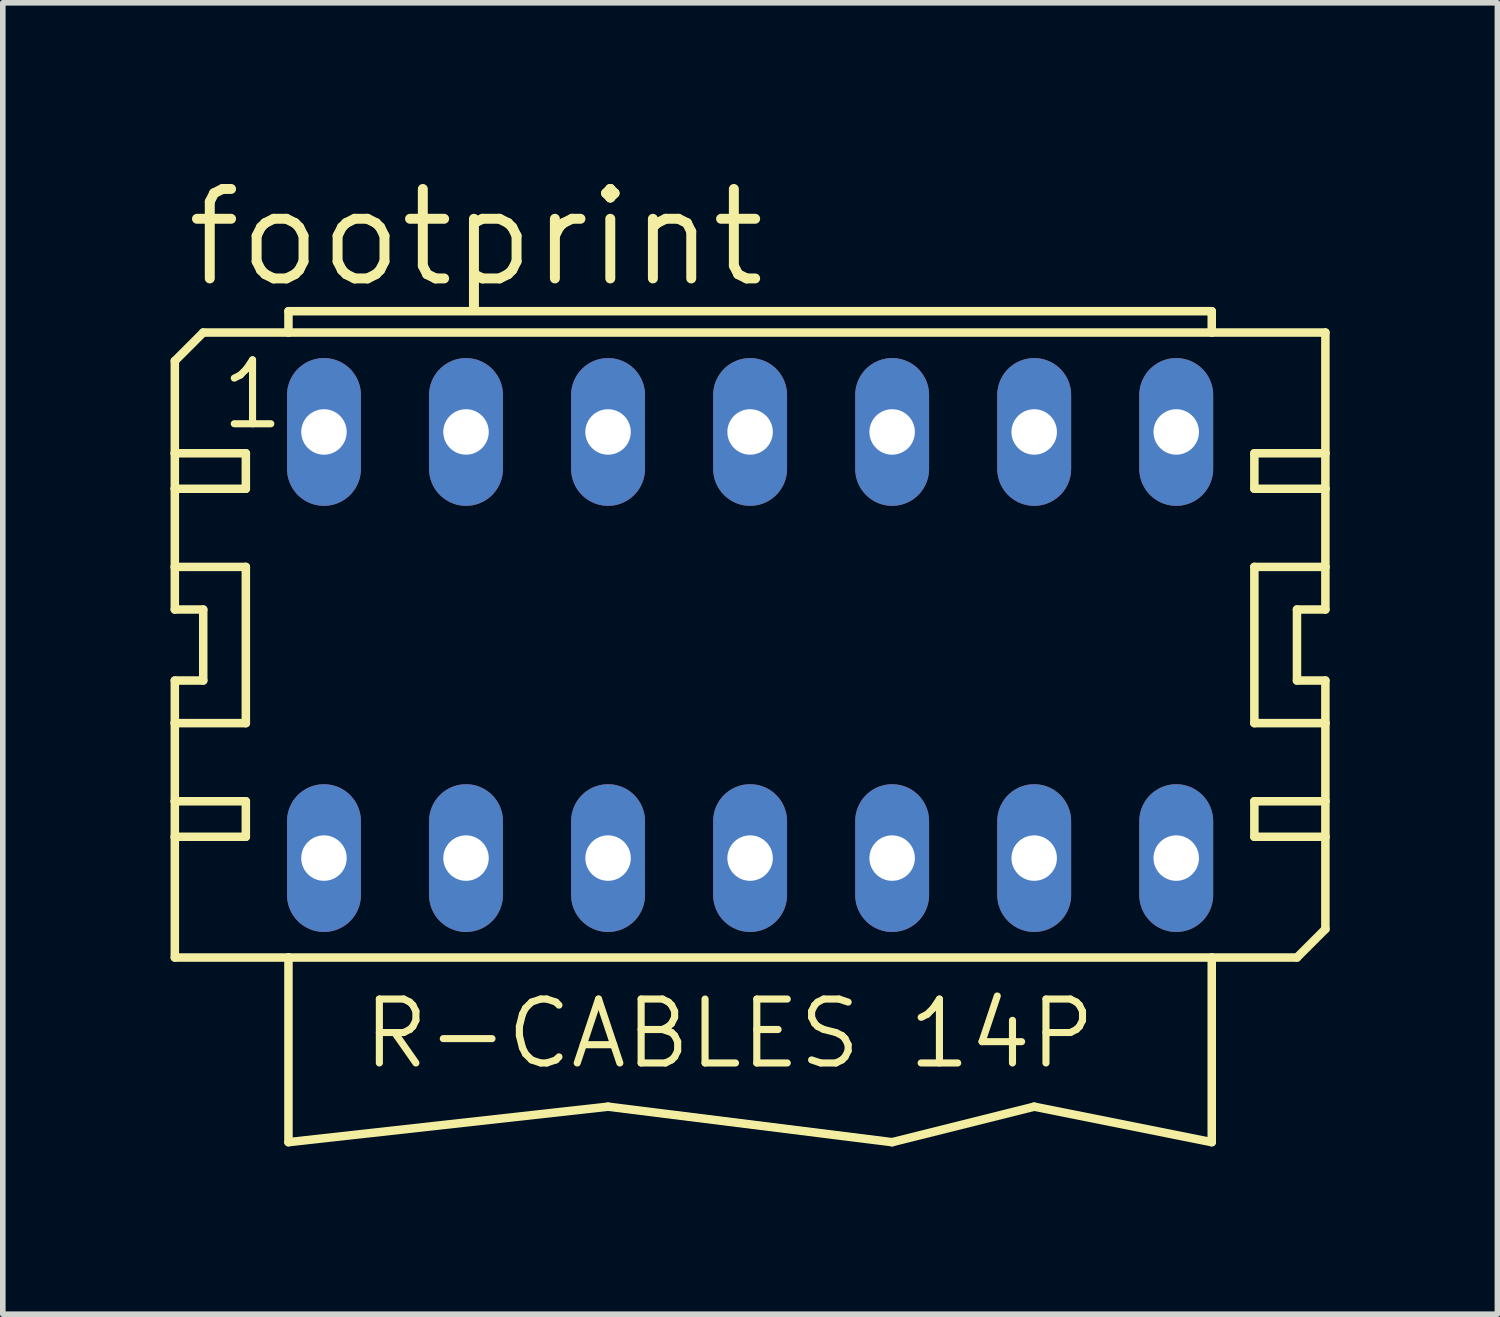
<source format=kicad_pcb>
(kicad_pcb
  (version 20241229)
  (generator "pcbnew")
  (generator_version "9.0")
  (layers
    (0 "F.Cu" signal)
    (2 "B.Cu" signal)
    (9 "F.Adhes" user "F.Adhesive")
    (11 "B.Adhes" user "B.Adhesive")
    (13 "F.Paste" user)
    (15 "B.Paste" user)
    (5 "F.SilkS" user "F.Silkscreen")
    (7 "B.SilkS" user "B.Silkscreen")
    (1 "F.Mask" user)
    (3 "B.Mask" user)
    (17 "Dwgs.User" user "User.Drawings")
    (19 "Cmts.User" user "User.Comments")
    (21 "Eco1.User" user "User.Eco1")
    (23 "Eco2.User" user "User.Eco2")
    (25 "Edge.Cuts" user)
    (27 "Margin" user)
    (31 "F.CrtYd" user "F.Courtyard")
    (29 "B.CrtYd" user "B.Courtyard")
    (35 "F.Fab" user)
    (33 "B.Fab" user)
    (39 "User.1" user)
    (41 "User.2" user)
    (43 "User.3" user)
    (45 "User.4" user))
  (footprint "footprint"
    (layer "F.Cu")
    (at 10.363 8.484)
    (property "Reference" "footprint" (at -10.16 -6.35 0) (layer "F.SilkS") (effects (font (size 1.6 1.6) (thickness 0.178)) (justify left bottom)))
    (fp_line (start -10.287 -5.08) (end -10.287 -3.429) (stroke (width 0.152) (type solid)) (layer "F.SilkS"))
    (fp_line (start -10.287 -3.429) (end -9.017 -3.429) (stroke (width 0.152) (type solid)) (layer "F.SilkS"))
    (fp_line (start -10.287 -2.794) (end -10.287 -3.429) (stroke (width 0.152) (type solid)) (layer "F.SilkS"))
    (fp_line (start -10.287 -2.794) (end -10.287 -1.397) (stroke (width 0.152) (type solid)) (layer "F.SilkS"))
    (fp_line (start -10.287 -2.794) (end -9.017 -2.794) (stroke (width 0.152) (type solid)) (layer "F.SilkS"))
    (fp_line (start -10.287 -1.397) (end -10.287 -0.635) (stroke (width 0.152) (type solid)) (layer "F.SilkS"))
    (fp_line (start -10.287 -1.397) (end -9.017 -1.397) (stroke (width 0.152) (type solid)) (layer "F.SilkS"))
    (fp_line (start -10.287 -0.635) (end -9.779 -0.635) (stroke (width 0.152) (type solid)) (layer "F.SilkS"))
    (fp_line (start -10.287 0.635) (end -10.287 1.397) (stroke (width 0.152) (type solid)) (layer "F.SilkS"))
    (fp_line (start -10.287 1.397) (end -10.287 2.794) (stroke (width 0.152) (type solid)) (layer "F.SilkS"))
    (fp_line (start -10.287 2.794) (end -10.287 3.429) (stroke (width 0.152) (type solid)) (layer "F.SilkS"))
    (fp_line (start -10.287 2.794) (end -9.017 2.794) (stroke (width 0.152) (type solid)) (layer "F.SilkS"))
    (fp_line (start -10.287 3.429) (end -10.287 5.588) (stroke (width 0.152) (type solid)) (layer "F.SilkS"))
    (fp_line (start -9.779 -5.588) (end -10.287 -5.08) (stroke (width 0.152) (type solid)) (layer "F.SilkS"))
    (fp_line (start -9.779 -5.588) (end -8.255 -5.588) (stroke (width 0.152) (type solid)) (layer "F.SilkS"))
    (fp_line (start -9.779 0.635) (end -10.287 0.635) (stroke (width 0.152) (type solid)) (layer "F.SilkS"))
    (fp_line (start -9.779 0.635) (end -9.779 -0.635) (stroke (width 0.152) (type solid)) (layer "F.SilkS"))
    (fp_line (start -9.017 -2.794) (end -9.017 -3.429) (stroke (width 0.152) (type solid)) (layer "F.SilkS"))
    (fp_line (start -9.017 1.397) (end -10.287 1.397) (stroke (width 0.152) (type solid)) (layer "F.SilkS"))
    (fp_line (start -9.017 1.397) (end -9.017 -1.397) (stroke (width 0.152) (type solid)) (layer "F.SilkS"))
    (fp_line (start -9.017 3.429) (end -10.287 3.429) (stroke (width 0.152) (type solid)) (layer "F.SilkS"))
    (fp_line (start -9.017 3.429) (end -9.017 2.794) (stroke (width 0.152) (type solid)) (layer "F.SilkS"))
    (fp_line (start -8.255 -5.969) (end 8.255 -5.969) (stroke (width 0.152) (type solid)) (layer "F.SilkS"))
    (fp_line (start -8.255 -5.588) (end -8.255 -5.969) (stroke (width 0.152) (type solid)) (layer "F.SilkS"))
    (fp_line (start -8.255 -5.588) (end 8.255 -5.588) (stroke (width 0.152) (type solid)) (layer "F.SilkS"))
    (fp_line (start -8.255 5.588) (end -10.287 5.588) (stroke (width 0.152) (type solid)) (layer "F.SilkS"))
    (fp_line (start -8.255 5.588) (end -8.255 8.89) (stroke (width 0.152) (type solid)) (layer "F.SilkS"))
    (fp_line (start -8.255 8.89) (end -2.54 8.255) (stroke (width 0.152) (type solid)) (layer "F.SilkS"))
    (fp_line (start -2.54 8.255) (end 2.54 8.89) (stroke (width 0.152) (type solid)) (layer "F.SilkS"))
    (fp_line (start 2.54 8.89) (end 5.08 8.255) (stroke (width 0.152) (type solid)) (layer "F.SilkS"))
    (fp_line (start 5.08 8.255) (end 8.255 8.89) (stroke (width 0.152) (type solid)) (layer "F.SilkS"))
    (fp_line (start 8.255 -5.969) (end 8.255 -5.588) (stroke (width 0.152) (type solid)) (layer "F.SilkS"))
    (fp_line (start 8.255 -5.588) (end 10.287 -5.588) (stroke (width 0.152) (type solid)) (layer "F.SilkS"))
    (fp_line (start 8.255 5.588) (end -8.255 5.588) (stroke (width 0.152) (type solid)) (layer "F.SilkS"))
    (fp_line (start 8.255 8.89) (end 8.255 5.588) (stroke (width 0.152) (type solid)) (layer "F.SilkS"))
    (fp_line (start 9.017 -3.429) (end 9.017 -2.794) (stroke (width 0.152) (type solid)) (layer "F.SilkS"))
    (fp_line (start 9.017 -3.429) (end 10.287 -3.429) (stroke (width 0.152) (type solid)) (layer "F.SilkS"))
    (fp_line (start 9.017 -1.397) (end 9.017 1.397) (stroke (width 0.152) (type solid)) (layer "F.SilkS"))
    (fp_line (start 9.017 -1.397) (end 10.287 -1.397) (stroke (width 0.152) (type solid)) (layer "F.SilkS"))
    (fp_line (start 9.017 2.794) (end 9.017 3.429) (stroke (width 0.152) (type solid)) (layer "F.SilkS"))
    (fp_line (start 9.017 2.794) (end 10.287 2.794) (stroke (width 0.152) (type solid)) (layer "F.SilkS"))
    (fp_line (start 9.779 -0.635) (end 9.779 0.635) (stroke (width 0.152) (type solid)) (layer "F.SilkS"))
    (fp_line (start 9.779 -0.635) (end 10.287 -0.635) (stroke (width 0.152) (type solid)) (layer "F.SilkS"))
    (fp_line (start 9.779 5.588) (end 8.255 5.588) (stroke (width 0.152) (type solid)) (layer "F.SilkS"))
    (fp_line (start 10.287 -5.588) (end 10.287 -3.429) (stroke (width 0.152) (type solid)) (layer "F.SilkS"))
    (fp_line (start 10.287 -3.429) (end 10.287 -2.794) (stroke (width 0.152) (type solid)) (layer "F.SilkS"))
    (fp_line (start 10.287 -2.794) (end 9.017 -2.794) (stroke (width 0.152) (type solid)) (layer "F.SilkS"))
    (fp_line (start 10.287 -2.794) (end 10.287 -1.397) (stroke (width 0.152) (type solid)) (layer "F.SilkS"))
    (fp_line (start 10.287 -1.397) (end 10.287 -0.635) (stroke (width 0.152) (type solid)) (layer "F.SilkS"))
    (fp_line (start 10.287 0.635) (end 9.779 0.635) (stroke (width 0.152) (type solid)) (layer "F.SilkS"))
    (fp_line (start 10.287 0.635) (end 10.287 1.397) (stroke (width 0.152) (type solid)) (layer "F.SilkS"))
    (fp_line (start 10.287 1.397) (end 9.017 1.397) (stroke (width 0.152) (type solid)) (layer "F.SilkS"))
    (fp_line (start 10.287 1.397) (end 10.287 2.794) (stroke (width 0.152) (type solid)) (layer "F.SilkS"))
    (fp_line (start 10.287 2.794) (end 10.287 3.429) (stroke (width 0.152) (type solid)) (layer "F.SilkS"))
    (fp_line (start 10.287 3.429) (end 9.017 3.429) (stroke (width 0.152) (type solid)) (layer "F.SilkS"))
    (fp_line (start 10.287 3.429) (end 10.287 5.08) (stroke (width 0.152) (type solid)) (layer "F.SilkS"))
    (fp_line (start 10.287 5.08) (end 9.779 5.588) (stroke (width 0.152) (type solid)) (layer "F.SilkS"))
    (fp_text user "R-CABLES 14P" (at -6.985 7.62 0) (layer "F.SilkS") (effects (font (size 1.143 1.143) (thickness 0.127)) (justify left bottom)))
    (fp_text user "1" (at -9.525 -3.81 0) (layer "F.SilkS") (effects (font (size 1.143 1.143) (thickness 0.127)) (justify left bottom)))
    (pad "1" thru_hole oval (at -7.62 -3.81 90) (size 2.642 1.321) (drill 0.813) (layers "*.Cu" "*.Mask"))
    (pad "2" thru_hole oval (at -7.62 3.81 90) (size 2.642 1.321) (drill 0.813) (layers "*.Cu" "*.Mask"))
    (pad "3" thru_hole oval (at -5.08 -3.81 90) (size 2.642 1.321) (drill 0.813) (layers "*.Cu" "*.Mask"))
    (pad "4" thru_hole oval (at -5.08 3.81 90) (size 2.642 1.321) (drill 0.813) (layers "*.Cu" "*.Mask"))
    (pad "5" thru_hole oval (at -2.54 -3.81 90) (size 2.642 1.321) (drill 0.813) (layers "*.Cu" "*.Mask"))
    (pad "6" thru_hole oval (at -2.54 3.81 90) (size 2.642 1.321) (drill 0.813) (layers "*.Cu" "*.Mask"))
    (pad "7" thru_hole oval (at 0 -3.81 90) (size 2.642 1.321) (drill 0.813) (layers "*.Cu" "*.Mask"))
    (pad "8" thru_hole oval (at 0 3.81 90) (size 2.642 1.321) (drill 0.813) (layers "*.Cu" "*.Mask"))
    (pad "9" thru_hole oval (at 2.54 -3.81 90) (size 2.642 1.321) (drill 0.813) (layers "*.Cu" "*.Mask"))
    (pad "10" thru_hole oval (at 2.54 3.81 90) (size 2.642 1.321) (drill 0.813) (layers "*.Cu" "*.Mask"))
    (pad "11" thru_hole oval (at 5.08 -3.81 90) (size 2.642 1.321) (drill 0.813) (layers "*.Cu" "*.Mask"))
    (pad "12" thru_hole oval (at 5.08 3.81 90) (size 2.642 1.321) (drill 0.813) (layers "*.Cu" "*.Mask"))
    (pad "13" thru_hole oval (at 7.62 -3.81 90) (size 2.642 1.321) (drill 0.813) (layers "*.Cu" "*.Mask"))
    (pad "14" thru_hole oval (at 7.62 3.81 90) (size 2.642 1.321) (drill 0.813) (layers "*.Cu" "*.Mask")))
  (gr_rect
    (start -3 -3)
    (end 23.726 20.45)
    (stroke (width 0.1) (type default))
    (fill no)
    (layer "Edge.Cuts")))
</source>
